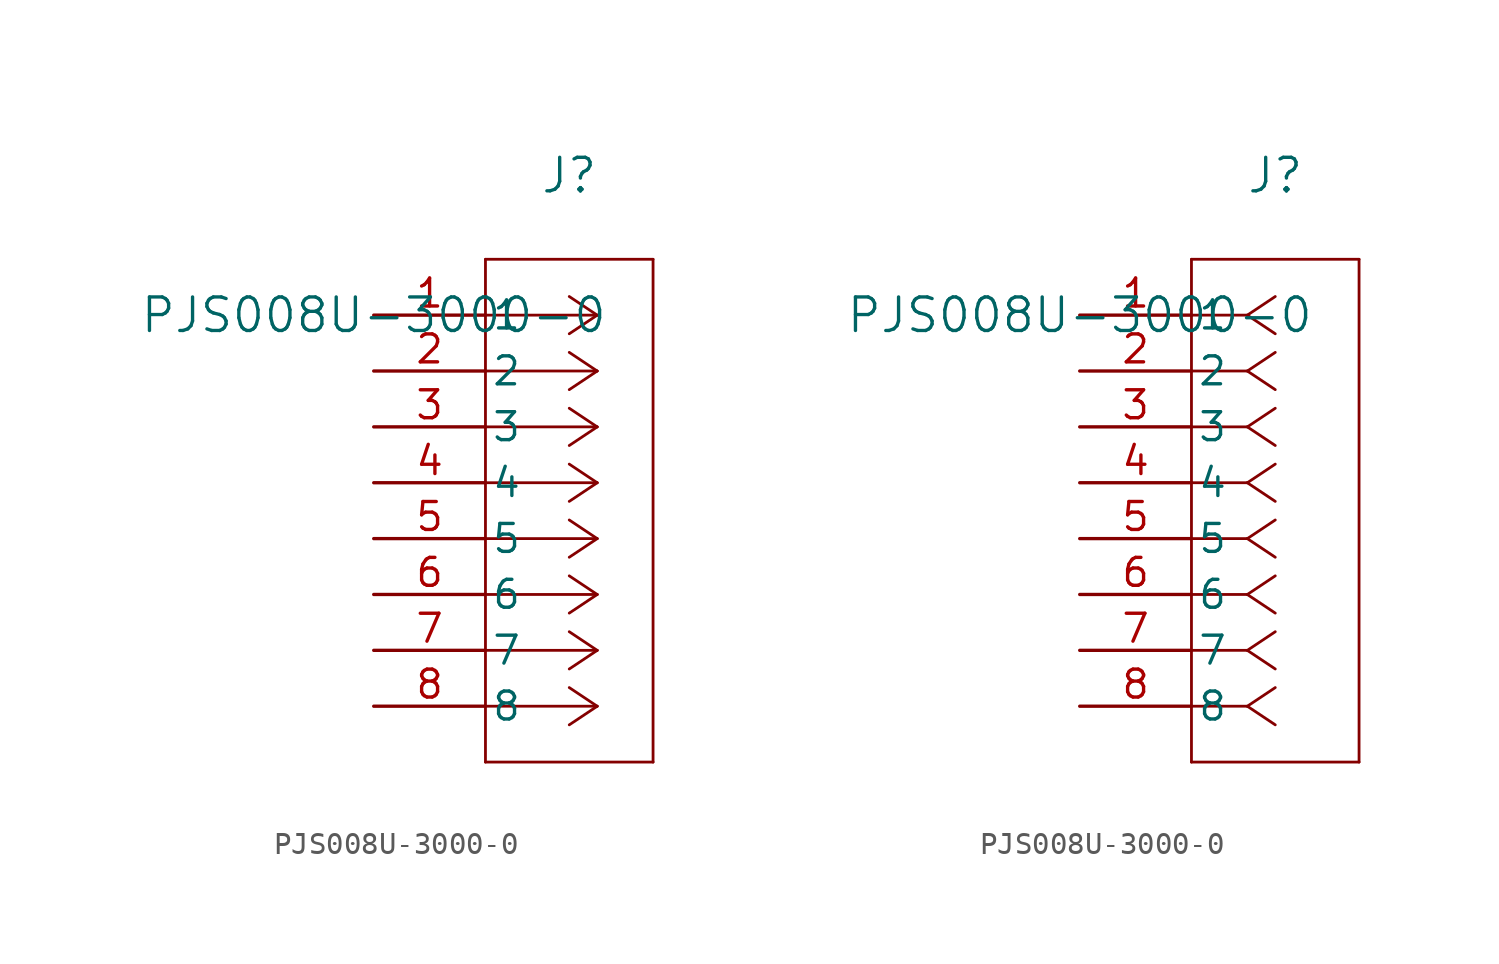
<source format=kicad_sym>
(kicad_symbol_lib
  (version 20211014)
  (generator kicad_symbol_editor)
  (symbol "PJS008U-3000-0"
    (pin_names
      (offset 0.254))
    (property "Reference" "J"
      (at 8.89 6.35 0)
      (effects (font (size 1.524 1.524))))
    (property "Value" "PJS008U-3000-0"
      (at 0 0 0)
      (effects (font (size 1.524 1.524))))
    (symbol "PJS008U-3000-0_1_1"
      (polyline (pts (xy 10.16 0) (xy 5.08 0)) (stroke (width 0.127) (type default) (color 0 0 0 0)) (fill (type none)))
      (polyline (pts (xy 10.16 -2.54) (xy 5.08 -2.54)) (stroke (width 0.127) (type default) (color 0 0 0 0)) (fill (type none)))
      (polyline (pts (xy 10.16 -5.08) (xy 5.08 -5.08)) (stroke (width 0.127) (type default) (color 0 0 0 0)) (fill (type none)))
      (polyline (pts (xy 10.16 -7.62) (xy 5.08 -7.62)) (stroke (width 0.127) (type default) (color 0 0 0 0)) (fill (type none)))
      (polyline (pts (xy 10.16 -10.16) (xy 5.08 -10.16)) (stroke (width 0.127) (type default) (color 0 0 0 0)) (fill (type none)))
      (polyline (pts (xy 10.16 -12.7) (xy 5.08 -12.7)) (stroke (width 0.127) (type default) (color 0 0 0 0)) (fill (type none)))
      (polyline (pts (xy 10.16 -15.24) (xy 5.08 -15.24)) (stroke (width 0.127) (type default) (color 0 0 0 0)) (fill (type none)))
      (polyline (pts (xy 10.16 -17.78) (xy 5.08 -17.78)) (stroke (width 0.127) (type default) (color 0 0 0 0)) (fill (type none)))
      (polyline (pts (xy 10.16 0) (xy 8.89 0.847)) (stroke (width 0.127) (type default) (color 0 0 0 0)) (fill (type none)))
      (polyline (pts (xy 10.16 -2.54) (xy 8.89 -1.693)) (stroke (width 0.127) (type default) (color 0 0 0 0)) (fill (type none)))
      (polyline (pts (xy 10.16 -5.08) (xy 8.89 -4.233)) (stroke (width 0.127) (type default) (color 0 0 0 0)) (fill (type none)))
      (polyline (pts (xy 10.16 -7.62) (xy 8.89 -6.773)) (stroke (width 0.127) (type default) (color 0 0 0 0)) (fill (type none)))
      (polyline (pts (xy 10.16 -10.16) (xy 8.89 -9.313)) (stroke (width 0.127) (type default) (color 0 0 0 0)) (fill (type none)))
      (polyline (pts (xy 10.16 -12.7) (xy 8.89 -11.853)) (stroke (width 0.127) (type default) (color 0 0 0 0)) (fill (type none)))
      (polyline (pts (xy 10.16 -15.24) (xy 8.89 -14.393)) (stroke (width 0.127) (type default) (color 0 0 0 0)) (fill (type none)))
      (polyline (pts (xy 10.16 -17.78) (xy 8.89 -16.933)) (stroke (width 0.127) (type default) (color 0 0 0 0)) (fill (type none)))
      (polyline (pts (xy 10.16 0) (xy 8.89 -0.847)) (stroke (width 0.127) (type default) (color 0 0 0 0)) (fill (type none)))
      (polyline (pts (xy 10.16 -2.54) (xy 8.89 -3.387)) (stroke (width 0.127) (type default) (color 0 0 0 0)) (fill (type none)))
      (polyline (pts (xy 10.16 -5.08) (xy 8.89 -5.927)) (stroke (width 0.127) (type default) (color 0 0 0 0)) (fill (type none)))
      (polyline (pts (xy 10.16 -7.62) (xy 8.89 -8.467)) (stroke (width 0.127) (type default) (color 0 0 0 0)) (fill (type none)))
      (polyline (pts (xy 10.16 -10.16) (xy 8.89 -11.007)) (stroke (width 0.127) (type default) (color 0 0 0 0)) (fill (type none)))
      (polyline (pts (xy 10.16 -12.7) (xy 8.89 -13.547)) (stroke (width 0.127) (type default) (color 0 0 0 0)) (fill (type none)))
      (polyline (pts (xy 10.16 -15.24) (xy 8.89 -16.087)) (stroke (width 0.127) (type default) (color 0 0 0 0)) (fill (type none)))
      (polyline (pts (xy 10.16 -17.78) (xy 8.89 -18.627)) (stroke (width 0.127) (type default) (color 0 0 0 0)) (fill (type none)))
      (polyline (pts (xy 5.08 2.54) (xy 5.08 -20.32)) (stroke (width 0.127) (type default) (color 0 0 0 0)) (fill (type none)))
      (polyline (pts (xy 5.08 -20.32) (xy 12.7 -20.32)) (stroke (width 0.127) (type default) (color 0 0 0 0)) (fill (type none)))
      (polyline (pts (xy 12.7 -20.32) (xy 12.7 2.54)) (stroke (width 0.127) (type default) (color 0 0 0 0)) (fill (type none)))
      (polyline (pts (xy 12.7 2.54) (xy 5.08 2.54)) (stroke (width 0.127) (type default) (color 0 0 0 0)) (fill (type none)))
      (pin bidirectional line (at 0 0 0) (length 5.08) (name "1" (effects (font (size 1.27 1.27)))) (number "1" (effects (font (size 1.27 1.27)))))
      (pin unspecified line (at 0 -2.54 0) (length 5.08) (name "2" (effects (font (size 1.27 1.27)))) (number "2" (effects (font (size 1.27 1.27)))))
      (pin unspecified line (at 0 -5.08 0) (length 5.08) (name "3" (effects (font (size 1.27 1.27)))) (number "3" (effects (font (size 1.27 1.27)))))
      (pin power_in line (at 0 -7.62 0) (length 5.08) (name "4" (effects (font (size 1.27 1.27)))) (number "4" (effects (font (size 1.27 1.27)))))
      (pin unspecified line (at 0 -10.16 0) (length 5.08) (name "5" (effects (font (size 1.27 1.27)))) (number "5" (effects (font (size 1.27 1.27)))))
      (pin power_out line (at 0 -12.7 0) (length 5.08) (name "6" (effects (font (size 1.27 1.27)))) (number "6" (effects (font (size 1.27 1.27)))))
      (pin bidirectional line (at 0 -15.24 0) (length 5.08) (name "7" (effects (font (size 1.27 1.27)))) (number "7" (effects (font (size 1.27 1.27)))))
      (pin bidirectional line (at 0 -17.78 0) (length 5.08) (name "8" (effects (font (size 1.27 1.27)))) (number "8" (effects (font (size 1.27 1.27))))))
    (symbol "PJS008U-3000-0_1_2"
      (polyline (pts (xy 7.62 0) (xy 5.08 0)) (stroke (width 0.127) (type default) (color 0 0 0 0)) (fill (type none)))
      (polyline (pts (xy 7.62 -2.54) (xy 5.08 -2.54)) (stroke (width 0.127) (type default) (color 0 0 0 0)) (fill (type none)))
      (polyline (pts (xy 7.62 -5.08) (xy 5.08 -5.08)) (stroke (width 0.127) (type default) (color 0 0 0 0)) (fill (type none)))
      (polyline (pts (xy 7.62 -7.62) (xy 5.08 -7.62)) (stroke (width 0.127) (type default) (color 0 0 0 0)) (fill (type none)))
      (polyline (pts (xy 7.62 -10.16) (xy 5.08 -10.16)) (stroke (width 0.127) (type default) (color 0 0 0 0)) (fill (type none)))
      (polyline (pts (xy 7.62 -12.7) (xy 5.08 -12.7)) (stroke (width 0.127) (type default) (color 0 0 0 0)) (fill (type none)))
      (polyline (pts (xy 7.62 -15.24) (xy 5.08 -15.24)) (stroke (width 0.127) (type default) (color 0 0 0 0)) (fill (type none)))
      (polyline (pts (xy 7.62 -17.78) (xy 5.08 -17.78)) (stroke (width 0.127) (type default) (color 0 0 0 0)) (fill (type none)))
      (polyline (pts (xy 7.62 0) (xy 8.89 0.847)) (stroke (width 0.127) (type default) (color 0 0 0 0)) (fill (type none)))
      (polyline (pts (xy 7.62 -2.54) (xy 8.89 -1.693)) (stroke (width 0.127) (type default) (color 0 0 0 0)) (fill (type none)))
      (polyline (pts (xy 7.62 -5.08) (xy 8.89 -4.233)) (stroke (width 0.127) (type default) (color 0 0 0 0)) (fill (type none)))
      (polyline (pts (xy 7.62 -7.62) (xy 8.89 -6.773)) (stroke (width 0.127) (type default) (color 0 0 0 0)) (fill (type none)))
      (polyline (pts (xy 7.62 -10.16) (xy 8.89 -9.313)) (stroke (width 0.127) (type default) (color 0 0 0 0)) (fill (type none)))
      (polyline (pts (xy 7.62 -12.7) (xy 8.89 -11.853)) (stroke (width 0.127) (type default) (color 0 0 0 0)) (fill (type none)))
      (polyline (pts (xy 7.62 -15.24) (xy 8.89 -14.393)) (stroke (width 0.127) (type default) (color 0 0 0 0)) (fill (type none)))
      (polyline (pts (xy 7.62 -17.78) (xy 8.89 -16.933)) (stroke (width 0.127) (type default) (color 0 0 0 0)) (fill (type none)))
      (polyline (pts (xy 7.62 0) (xy 8.89 -0.847)) (stroke (width 0.127) (type default) (color 0 0 0 0)) (fill (type none)))
      (polyline (pts (xy 7.62 -2.54) (xy 8.89 -3.387)) (stroke (width 0.127) (type default) (color 0 0 0 0)) (fill (type none)))
      (polyline (pts (xy 7.62 -5.08) (xy 8.89 -5.927)) (stroke (width 0.127) (type default) (color 0 0 0 0)) (fill (type none)))
      (polyline (pts (xy 7.62 -7.62) (xy 8.89 -8.467)) (stroke (width 0.127) (type default) (color 0 0 0 0)) (fill (type none)))
      (polyline (pts (xy 7.62 -10.16) (xy 8.89 -11.007)) (stroke (width 0.127) (type default) (color 0 0 0 0)) (fill (type none)))
      (polyline (pts (xy 7.62 -12.7) (xy 8.89 -13.547)) (stroke (width 0.127) (type default) (color 0 0 0 0)) (fill (type none)))
      (polyline (pts (xy 7.62 -15.24) (xy 8.89 -16.087)) (stroke (width 0.127) (type default) (color 0 0 0 0)) (fill (type none)))
      (polyline (pts (xy 7.62 -17.78) (xy 8.89 -18.627)) (stroke (width 0.127) (type default) (color 0 0 0 0)) (fill (type none)))
      (polyline (pts (xy 5.08 2.54) (xy 5.08 -20.32)) (stroke (width 0.127) (type default) (color 0 0 0 0)) (fill (type none)))
      (polyline (pts (xy 5.08 -20.32) (xy 12.7 -20.32)) (stroke (width 0.127) (type default) (color 0 0 0 0)) (fill (type none)))
      (polyline (pts (xy 12.7 -20.32) (xy 12.7 2.54)) (stroke (width 0.127) (type default) (color 0 0 0 0)) (fill (type none)))
      (polyline (pts (xy 12.7 2.54) (xy 5.08 2.54)) (stroke (width 0.127) (type default) (color 0 0 0 0)) (fill (type none)))
      (pin bidirectional line (at 0 0 0) (length 5.08) (name "1" (effects (font (size 1.27 1.27)))) (number "1" (effects (font (size 1.27 1.27)))))
      (pin unspecified line (at 0 -2.54 0) (length 5.08) (name "2" (effects (font (size 1.27 1.27)))) (number "2" (effects (font (size 1.27 1.27)))))
      (pin unspecified line (at 0 -5.08 0) (length 5.08) (name "3" (effects (font (size 1.27 1.27)))) (number "3" (effects (font (size 1.27 1.27)))))
      (pin power_in line (at 0 -7.62 0) (length 5.08) (name "4" (effects (font (size 1.27 1.27)))) (number "4" (effects (font (size 1.27 1.27)))))
      (pin unspecified line (at 0 -10.16 0) (length 5.08) (name "5" (effects (font (size 1.27 1.27)))) (number "5" (effects (font (size 1.27 1.27)))))
      (pin power_out line (at 0 -12.7 0) (length 5.08) (name "6" (effects (font (size 1.27 1.27)))) (number "6" (effects (font (size 1.27 1.27)))))
      (pin bidirectional line (at 0 -15.24 0) (length 5.08) (name "7" (effects (font (size 1.27 1.27)))) (number "7" (effects (font (size 1.27 1.27)))))
      (pin bidirectional line (at 0 -17.78 0) (length 5.08) (name "8" (effects (font (size 1.27 1.27)))) (number "8" (effects (font (size 1.27 1.27))))))))
</source>
